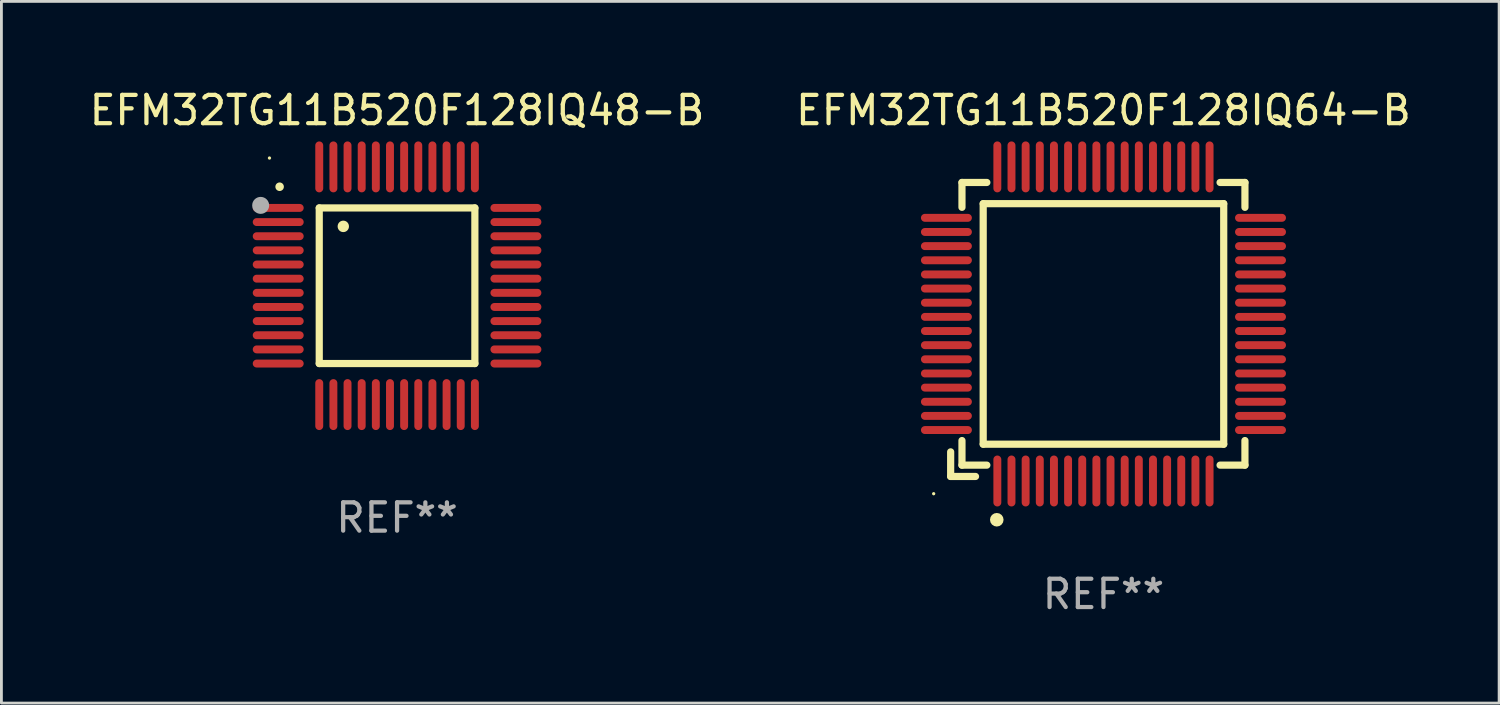
<source format=kicad_pcb>
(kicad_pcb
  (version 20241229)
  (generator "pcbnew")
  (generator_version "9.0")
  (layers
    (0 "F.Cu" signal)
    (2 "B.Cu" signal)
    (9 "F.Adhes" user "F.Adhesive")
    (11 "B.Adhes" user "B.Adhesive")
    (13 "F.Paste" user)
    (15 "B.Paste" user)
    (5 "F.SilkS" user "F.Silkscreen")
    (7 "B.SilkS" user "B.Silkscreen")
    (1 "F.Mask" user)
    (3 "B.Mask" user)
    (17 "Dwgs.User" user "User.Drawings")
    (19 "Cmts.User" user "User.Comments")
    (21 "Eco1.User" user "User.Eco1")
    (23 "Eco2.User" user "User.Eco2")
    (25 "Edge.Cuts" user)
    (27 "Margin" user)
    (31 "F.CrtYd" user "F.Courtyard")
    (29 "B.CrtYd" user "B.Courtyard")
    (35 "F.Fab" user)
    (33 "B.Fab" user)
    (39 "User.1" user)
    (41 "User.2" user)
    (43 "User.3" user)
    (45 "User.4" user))
  (footprint "EFM32TG11B520F128IQ64-B"
    (layer "F.Cu")
    (at 35.946 8.398)
    (property "Reference" "EFM32TG11B520F128IQ64-B" (at 0 -7.55 0) (layer "F.SilkS") (effects (font (size 1 1) (thickness 0.15))))
    (attr through_hole)
    (fp_line (start -5.4 4.521) (end -5.4 5.39) (stroke (width 0.254) (type solid)) (layer "F.SilkS"))
    (fp_line (start -5.4 5.39) (end -4.521 5.39) (stroke (width 0.254) (type solid)) (layer "F.SilkS"))
    (fp_line (start -5 -5) (end -5 -4.121) (stroke (width 0.254) (type solid)) (layer "F.SilkS"))
    (fp_line (start -5 4.121) (end -5 4.99) (stroke (width 0.254) (type solid)) (layer "F.SilkS"))
    (fp_line (start -5 4.99) (end -4.121 4.99) (stroke (width 0.254) (type solid)) (layer "F.SilkS"))
    (fp_line (start -4.25 -4.25) (end -4.25 4.25) (stroke (width 0.254) (type solid)) (layer "F.SilkS"))
    (fp_line (start -4.25 4.25) (end 4.25 4.25) (stroke (width 0.254) (type solid)) (layer "F.SilkS"))
    (fp_line (start -4.121 -5) (end -5 -5) (stroke (width 0.254) (type solid)) (layer "F.SilkS"))
    (fp_line (start 4.121 4.99) (end 5 4.99) (stroke (width 0.254) (type solid)) (layer "F.SilkS"))
    (fp_line (start 4.25 -4.25) (end -4.25 -4.25) (stroke (width 0.254) (type solid)) (layer "F.SilkS"))
    (fp_line (start 4.25 4.25) (end 4.25 -4.25) (stroke (width 0.254) (type solid)) (layer "F.SilkS"))
    (fp_line (start 5 -5) (end 4.121 -5) (stroke (width 0.254) (type solid)) (layer "F.SilkS"))
    (fp_line (start 5 -4.121) (end 5 -5) (stroke (width 0.254) (type solid)) (layer "F.SilkS"))
    (fp_line (start 5 4.99) (end 5 4.121) (stroke (width 0.254) (type solid)) (layer "F.SilkS"))
    (fp_circle (center -6 6) (end -5.97 6) (stroke (width 0.06) (type solid)) (fill no) (layer "F.SilkS"))
    (fp_circle (center -3.77 6.92) (end -3.65 6.92) (stroke (width 0.24) (type solid)) (fill no) (layer "F.SilkS"))
    (fp_text user "REF**" (at 0 9.55 0) (layer "F.Fab") (effects (font (size 1 1) (thickness 0.15))))
    (pad "1" smd oval (at -3.75 5.55) (size 0.28 1.8) (layers "F.Cu" "F.Mask" "F.Paste"))
    (pad "2" smd oval (at -3.25 5.55) (size 0.28 1.8) (layers "F.Cu" "F.Mask" "F.Paste"))
    (pad "3" smd oval (at -2.75 5.55) (size 0.28 1.8) (layers "F.Cu" "F.Mask" "F.Paste"))
    (pad "4" smd oval (at -2.25 5.55) (size 0.28 1.8) (layers "F.Cu" "F.Mask" "F.Paste"))
    (pad "5" smd oval (at -1.75 5.55) (size 0.28 1.8) (layers "F.Cu" "F.Mask" "F.Paste"))
    (pad "6" smd oval (at -1.25 5.55) (size 0.28 1.8) (layers "F.Cu" "F.Mask" "F.Paste"))
    (pad "7" smd oval (at -0.75 5.55) (size 0.28 1.8) (layers "F.Cu" "F.Mask" "F.Paste"))
    (pad "8" smd oval (at -0.25 5.55) (size 0.28 1.8) (layers "F.Cu" "F.Mask" "F.Paste"))
    (pad "9" smd oval (at 0.25 5.55) (size 0.28 1.8) (layers "F.Cu" "F.Mask" "F.Paste"))
    (pad "10" smd oval (at 0.75 5.55) (size 0.28 1.8) (layers "F.Cu" "F.Mask" "F.Paste"))
    (pad "11" smd oval (at 1.25 5.55) (size 0.28 1.8) (layers "F.Cu" "F.Mask" "F.Paste"))
    (pad "12" smd oval (at 1.75 5.55) (size 0.28 1.8) (layers "F.Cu" "F.Mask" "F.Paste"))
    (pad "13" smd oval (at 2.25 5.55) (size 0.28 1.8) (layers "F.Cu" "F.Mask" "F.Paste"))
    (pad "14" smd oval (at 2.75 5.55) (size 0.28 1.8) (layers "F.Cu" "F.Mask" "F.Paste"))
    (pad "15" smd oval (at 3.25 5.55) (size 0.28 1.8) (layers "F.Cu" "F.Mask" "F.Paste"))
    (pad "16" smd oval (at 3.75 5.55) (size 0.28 1.8) (layers "F.Cu" "F.Mask" "F.Paste"))
    (pad "17" smd oval (at 5.55 3.75) (size 1.8 0.28) (layers "F.Cu" "F.Mask" "F.Paste"))
    (pad "18" smd oval (at 5.55 3.25) (size 1.8 0.28) (layers "F.Cu" "F.Mask" "F.Paste"))
    (pad "19" smd oval (at 5.55 2.75) (size 1.8 0.28) (layers "F.Cu" "F.Mask" "F.Paste"))
    (pad "20" smd oval (at 5.55 2.25) (size 1.8 0.28) (layers "F.Cu" "F.Mask" "F.Paste"))
    (pad "21" smd oval (at 5.55 1.75) (size 1.8 0.28) (layers "F.Cu" "F.Mask" "F.Paste"))
    (pad "22" smd oval (at 5.55 1.25) (size 1.8 0.28) (layers "F.Cu" "F.Mask" "F.Paste"))
    (pad "23" smd oval (at 5.55 0.75) (size 1.8 0.28) (layers "F.Cu" "F.Mask" "F.Paste"))
    (pad "24" smd oval (at 5.55 0.25) (size 1.8 0.28) (layers "F.Cu" "F.Mask" "F.Paste"))
    (pad "25" smd oval (at 5.55 -0.25) (size 1.8 0.28) (layers "F.Cu" "F.Mask" "F.Paste"))
    (pad "26" smd oval (at 5.55 -0.75) (size 1.8 0.28) (layers "F.Cu" "F.Mask" "F.Paste"))
    (pad "27" smd oval (at 5.55 -1.25) (size 1.8 0.28) (layers "F.Cu" "F.Mask" "F.Paste"))
    (pad "28" smd oval (at 5.55 -1.75) (size 1.8 0.28) (layers "F.Cu" "F.Mask" "F.Paste"))
    (pad "29" smd oval (at 5.55 -2.25) (size 1.8 0.28) (layers "F.Cu" "F.Mask" "F.Paste"))
    (pad "30" smd oval (at 5.55 -2.75) (size 1.8 0.28) (layers "F.Cu" "F.Mask" "F.Paste"))
    (pad "31" smd oval (at 5.55 -3.25) (size 1.8 0.28) (layers "F.Cu" "F.Mask" "F.Paste"))
    (pad "32" smd oval (at 5.55 -3.75) (size 1.8 0.28) (layers "F.Cu" "F.Mask" "F.Paste"))
    (pad "33" smd oval (at 3.75 -5.55) (size 0.28 1.8) (layers "F.Cu" "F.Mask" "F.Paste"))
    (pad "34" smd oval (at 3.25 -5.55) (size 0.28 1.8) (layers "F.Cu" "F.Mask" "F.Paste"))
    (pad "35" smd oval (at 2.75 -5.55) (size 0.28 1.8) (layers "F.Cu" "F.Mask" "F.Paste"))
    (pad "36" smd oval (at 2.25 -5.55) (size 0.28 1.8) (layers "F.Cu" "F.Mask" "F.Paste"))
    (pad "37" smd oval (at 1.75 -5.55) (size 0.28 1.8) (layers "F.Cu" "F.Mask" "F.Paste"))
    (pad "38" smd oval (at 1.25 -5.55) (size 0.28 1.8) (layers "F.Cu" "F.Mask" "F.Paste"))
    (pad "39" smd oval (at 0.75 -5.55) (size 0.28 1.8) (layers "F.Cu" "F.Mask" "F.Paste"))
    (pad "40" smd oval (at 0.25 -5.55) (size 0.28 1.8) (layers "F.Cu" "F.Mask" "F.Paste"))
    (pad "41" smd oval (at -0.25 -5.55) (size 0.28 1.8) (layers "F.Cu" "F.Mask" "F.Paste"))
    (pad "42" smd oval (at -0.75 -5.55) (size 0.28 1.8) (layers "F.Cu" "F.Mask" "F.Paste"))
    (pad "43" smd oval (at -1.25 -5.55) (size 0.28 1.8) (layers "F.Cu" "F.Mask" "F.Paste"))
    (pad "44" smd oval (at -1.75 -5.55) (size 0.28 1.8) (layers "F.Cu" "F.Mask" "F.Paste"))
    (pad "45" smd oval (at -2.25 -5.55) (size 0.28 1.8) (layers "F.Cu" "F.Mask" "F.Paste"))
    (pad "46" smd oval (at -2.75 -5.55) (size 0.28 1.8) (layers "F.Cu" "F.Mask" "F.Paste"))
    (pad "47" smd oval (at -3.25 -5.55) (size 0.28 1.8) (layers "F.Cu" "F.Mask" "F.Paste"))
    (pad "48" smd oval (at -3.75 -5.55) (size 0.28 1.8) (layers "F.Cu" "F.Mask" "F.Paste"))
    (pad "49" smd oval (at -5.55 -3.75) (size 1.8 0.28) (layers "F.Cu" "F.Mask" "F.Paste"))
    (pad "50" smd oval (at -5.55 -3.25) (size 1.8 0.28) (layers "F.Cu" "F.Mask" "F.Paste"))
    (pad "51" smd oval (at -5.55 -2.75) (size 1.8 0.28) (layers "F.Cu" "F.Mask" "F.Paste"))
    (pad "52" smd oval (at -5.55 -2.25) (size 1.8 0.28) (layers "F.Cu" "F.Mask" "F.Paste"))
    (pad "53" smd oval (at -5.55 -1.75) (size 1.8 0.28) (layers "F.Cu" "F.Mask" "F.Paste"))
    (pad "54" smd oval (at -5.55 -1.25) (size 1.8 0.28) (layers "F.Cu" "F.Mask" "F.Paste"))
    (pad "55" smd oval (at -5.55 -0.75) (size 1.8 0.28) (layers "F.Cu" "F.Mask" "F.Paste"))
    (pad "56" smd oval (at -5.55 -0.25) (size 1.8 0.28) (layers "F.Cu" "F.Mask" "F.Paste"))
    (pad "57" smd oval (at -5.55 0.25) (size 1.8 0.28) (layers "F.Cu" "F.Mask" "F.Paste"))
    (pad "58" smd oval (at -5.55 0.75) (size 1.8 0.28) (layers "F.Cu" "F.Mask" "F.Paste"))
    (pad "59" smd oval (at -5.55 1.25) (size 1.8 0.28) (layers "F.Cu" "F.Mask" "F.Paste"))
    (pad "60" smd oval (at -5.55 1.75) (size 1.8 0.28) (layers "F.Cu" "F.Mask" "F.Paste"))
    (pad "61" smd oval (at -5.55 2.25) (size 1.8 0.28) (layers "F.Cu" "F.Mask" "F.Paste"))
    (pad "62" smd oval (at -5.55 2.75) (size 1.8 0.28) (layers "F.Cu" "F.Mask" "F.Paste"))
    (pad "63" smd oval (at -5.55 3.25) (size 1.8 0.28) (layers "F.Cu" "F.Mask" "F.Paste"))
    (pad "64" smd oval (at -5.55 3.75) (size 1.8 0.28) (layers "F.Cu" "F.Mask" "F.Paste")))
  (footprint "EFM32TG11B520F128IQ48-B"
    (layer "F.Cu")
    (at 10.982 7.048)
    (property "Reference" "EFM32TG11B520F128IQ48-B" (at 0 -6.2 0) (layer "F.SilkS") (effects (font (size 1 1) (thickness 0.15))))
    (attr through_hole)
    (fp_line (start -2.75 -2.75) (end 2.75 -2.75) (stroke (width 0.254) (type solid)) (layer "F.SilkS"))
    (fp_line (start -2.75 2.75) (end -2.75 -2.75) (stroke (width 0.254) (type solid)) (layer "F.SilkS"))
    (fp_line (start 2.75 -2.75) (end 2.75 2.75) (stroke (width 0.254) (type solid)) (layer "F.SilkS"))
    (fp_line (start 2.75 2.75) (end -2.75 2.75) (stroke (width 0.254) (type solid)) (layer "F.SilkS"))
    (fp_arc (start -4.150368 -3.497587) (mid -4.150373 -3.498857) (end -4.150368 -3.500127) (stroke (width 0.3) (type solid)) (layer "F.SilkS"))
    (fp_arc (start -1.899924 -2.095504) (mid -1.89994 -2.098044) (end -1.899924 -2.100584) (stroke (width 0.4) (type solid)) (layer "F.SilkS"))
    (fp_circle (center -4.509 -4.513) (end -4.479 -4.513) (stroke (width 0.06) (type solid)) (fill no) (layer "F.SilkS"))
    (fp_circle (center -4.82 -2.84) (end -4.67 -2.84) (stroke (width 0.3) (type solid)) (fill no) (layer "F.Fab"))
    (fp_text user "REF**" (at 0 8.2 0) (layer "F.Fab") (effects (font (size 1 1) (thickness 0.15))))
    (pad "1" smd oval (at -4.2 -2.75 90) (size 0.28 1.8) (layers "F.Cu" "F.Mask" "F.Paste"))
    (pad "2" smd oval (at -4.2 -2.25 90) (size 0.28 1.8) (layers "F.Cu" "F.Mask" "F.Paste"))
    (pad "3" smd oval (at -4.2 -1.75 90) (size 0.28 1.8) (layers "F.Cu" "F.Mask" "F.Paste"))
    (pad "4" smd oval (at -4.2 -1.25 90) (size 0.28 1.8) (layers "F.Cu" "F.Mask" "F.Paste"))
    (pad "5" smd oval (at -4.2 -0.75 90) (size 0.28 1.8) (layers "F.Cu" "F.Mask" "F.Paste"))
    (pad "6" smd oval (at -4.2 -0.25 90) (size 0.28 1.8) (layers "F.Cu" "F.Mask" "F.Paste"))
    (pad "7" smd oval (at -4.2 0.25 90) (size 0.28 1.8) (layers "F.Cu" "F.Mask" "F.Paste"))
    (pad "8" smd oval (at -4.2 0.75 90) (size 0.28 1.8) (layers "F.Cu" "F.Mask" "F.Paste"))
    (pad "9" smd oval (at -4.2 1.25 90) (size 0.28 1.8) (layers "F.Cu" "F.Mask" "F.Paste"))
    (pad "10" smd oval (at -4.2 1.75 90) (size 0.28 1.8) (layers "F.Cu" "F.Mask" "F.Paste"))
    (pad "11" smd oval (at -4.2 2.25 90) (size 0.28 1.8) (layers "F.Cu" "F.Mask" "F.Paste"))
    (pad "12" smd oval (at -4.2 2.75 90) (size 0.28 1.8) (layers "F.Cu" "F.Mask" "F.Paste"))
    (pad "13" smd oval (at -2.75 4.2) (size 0.28 1.8) (layers "F.Cu" "F.Mask" "F.Paste"))
    (pad "14" smd oval (at -2.25 4.2) (size 0.28 1.8) (layers "F.Cu" "F.Mask" "F.Paste"))
    (pad "15" smd oval (at -1.75 4.2) (size 0.28 1.8) (layers "F.Cu" "F.Mask" "F.Paste"))
    (pad "16" smd oval (at -1.25 4.2) (size 0.28 1.8) (layers "F.Cu" "F.Mask" "F.Paste"))
    (pad "17" smd oval (at -0.75 4.2) (size 0.28 1.8) (layers "F.Cu" "F.Mask" "F.Paste"))
    (pad "18" smd oval (at -0.25 4.2) (size 0.28 1.8) (layers "F.Cu" "F.Mask" "F.Paste"))
    (pad "19" smd oval (at 0.25 4.2) (size 0.28 1.8) (layers "F.Cu" "F.Mask" "F.Paste"))
    (pad "20" smd oval (at 0.75 4.2) (size 0.28 1.8) (layers "F.Cu" "F.Mask" "F.Paste"))
    (pad "21" smd oval (at 1.25 4.2) (size 0.28 1.8) (layers "F.Cu" "F.Mask" "F.Paste"))
    (pad "22" smd oval (at 1.75 4.2) (size 0.28 1.8) (layers "F.Cu" "F.Mask" "F.Paste"))
    (pad "23" smd oval (at 2.25 4.2) (size 0.28 1.8) (layers "F.Cu" "F.Mask" "F.Paste"))
    (pad "24" smd oval (at 2.75 4.2) (size 0.28 1.8) (layers "F.Cu" "F.Mask" "F.Paste"))
    (pad "25" smd oval (at 4.2 2.75 90) (size 0.28 1.8) (layers "F.Cu" "F.Mask" "F.Paste"))
    (pad "26" smd oval (at 4.2 2.25 90) (size 0.28 1.8) (layers "F.Cu" "F.Mask" "F.Paste"))
    (pad "27" smd oval (at 4.2 1.75 90) (size 0.28 1.8) (layers "F.Cu" "F.Mask" "F.Paste"))
    (pad "28" smd oval (at 4.2 1.25 90) (size 0.28 1.8) (layers "F.Cu" "F.Mask" "F.Paste"))
    (pad "29" smd oval (at 4.2 0.75 90) (size 0.28 1.8) (layers "F.Cu" "F.Mask" "F.Paste"))
    (pad "30" smd oval (at 4.2 0.25 90) (size 0.28 1.8) (layers "F.Cu" "F.Mask" "F.Paste"))
    (pad "31" smd oval (at 4.2 -0.25 90) (size 0.28 1.8) (layers "F.Cu" "F.Mask" "F.Paste"))
    (pad "32" smd oval (at 4.2 -0.75 90) (size 0.28 1.8) (layers "F.Cu" "F.Mask" "F.Paste"))
    (pad "33" smd oval (at 4.2 -1.25 90) (size 0.28 1.8) (layers "F.Cu" "F.Mask" "F.Paste"))
    (pad "34" smd oval (at 4.2 -1.75 90) (size 0.28 1.8) (layers "F.Cu" "F.Mask" "F.Paste"))
    (pad "35" smd oval (at 4.2 -2.25 90) (size 0.28 1.8) (layers "F.Cu" "F.Mask" "F.Paste"))
    (pad "36" smd oval (at 4.2 -2.75 90) (size 0.28 1.8) (layers "F.Cu" "F.Mask" "F.Paste"))
    (pad "37" smd oval (at 2.75 -4.2) (size 0.28 1.8) (layers "F.Cu" "F.Mask" "F.Paste"))
    (pad "38" smd oval (at 2.25 -4.2) (size 0.28 1.8) (layers "F.Cu" "F.Mask" "F.Paste"))
    (pad "39" smd oval (at 1.75 -4.2) (size 0.28 1.8) (layers "F.Cu" "F.Mask" "F.Paste"))
    (pad "40" smd oval (at 1.25 -4.2) (size 0.28 1.8) (layers "F.Cu" "F.Mask" "F.Paste"))
    (pad "41" smd oval (at 0.75 -4.2) (size 0.28 1.8) (layers "F.Cu" "F.Mask" "F.Paste"))
    (pad "42" smd oval (at 0.25 -4.2) (size 0.28 1.8) (layers "F.Cu" "F.Mask" "F.Paste"))
    (pad "43" smd oval (at -0.25 -4.2) (size 0.28 1.8) (layers "F.Cu" "F.Mask" "F.Paste"))
    (pad "44" smd oval (at -0.75 -4.2) (size 0.28 1.8) (layers "F.Cu" "F.Mask" "F.Paste"))
    (pad "45" smd oval (at -1.25 -4.2) (size 0.28 1.8) (layers "F.Cu" "F.Mask" "F.Paste"))
    (pad "46" smd oval (at -1.75 -4.2) (size 0.28 1.8) (layers "F.Cu" "F.Mask" "F.Paste"))
    (pad "47" smd oval (at -2.25 -4.2) (size 0.28 1.8) (layers "F.Cu" "F.Mask" "F.Paste"))
    (pad "48" smd oval (at -2.75 -4.2) (size 0.28 1.8) (layers "F.Cu" "F.Mask" "F.Paste")))
  (gr_rect
    (start -3 -3)
    (end 49.929 21.796)
    (stroke (width 0.1) (type default))
    (fill no)
    (layer "Edge.Cuts")))
</source>
